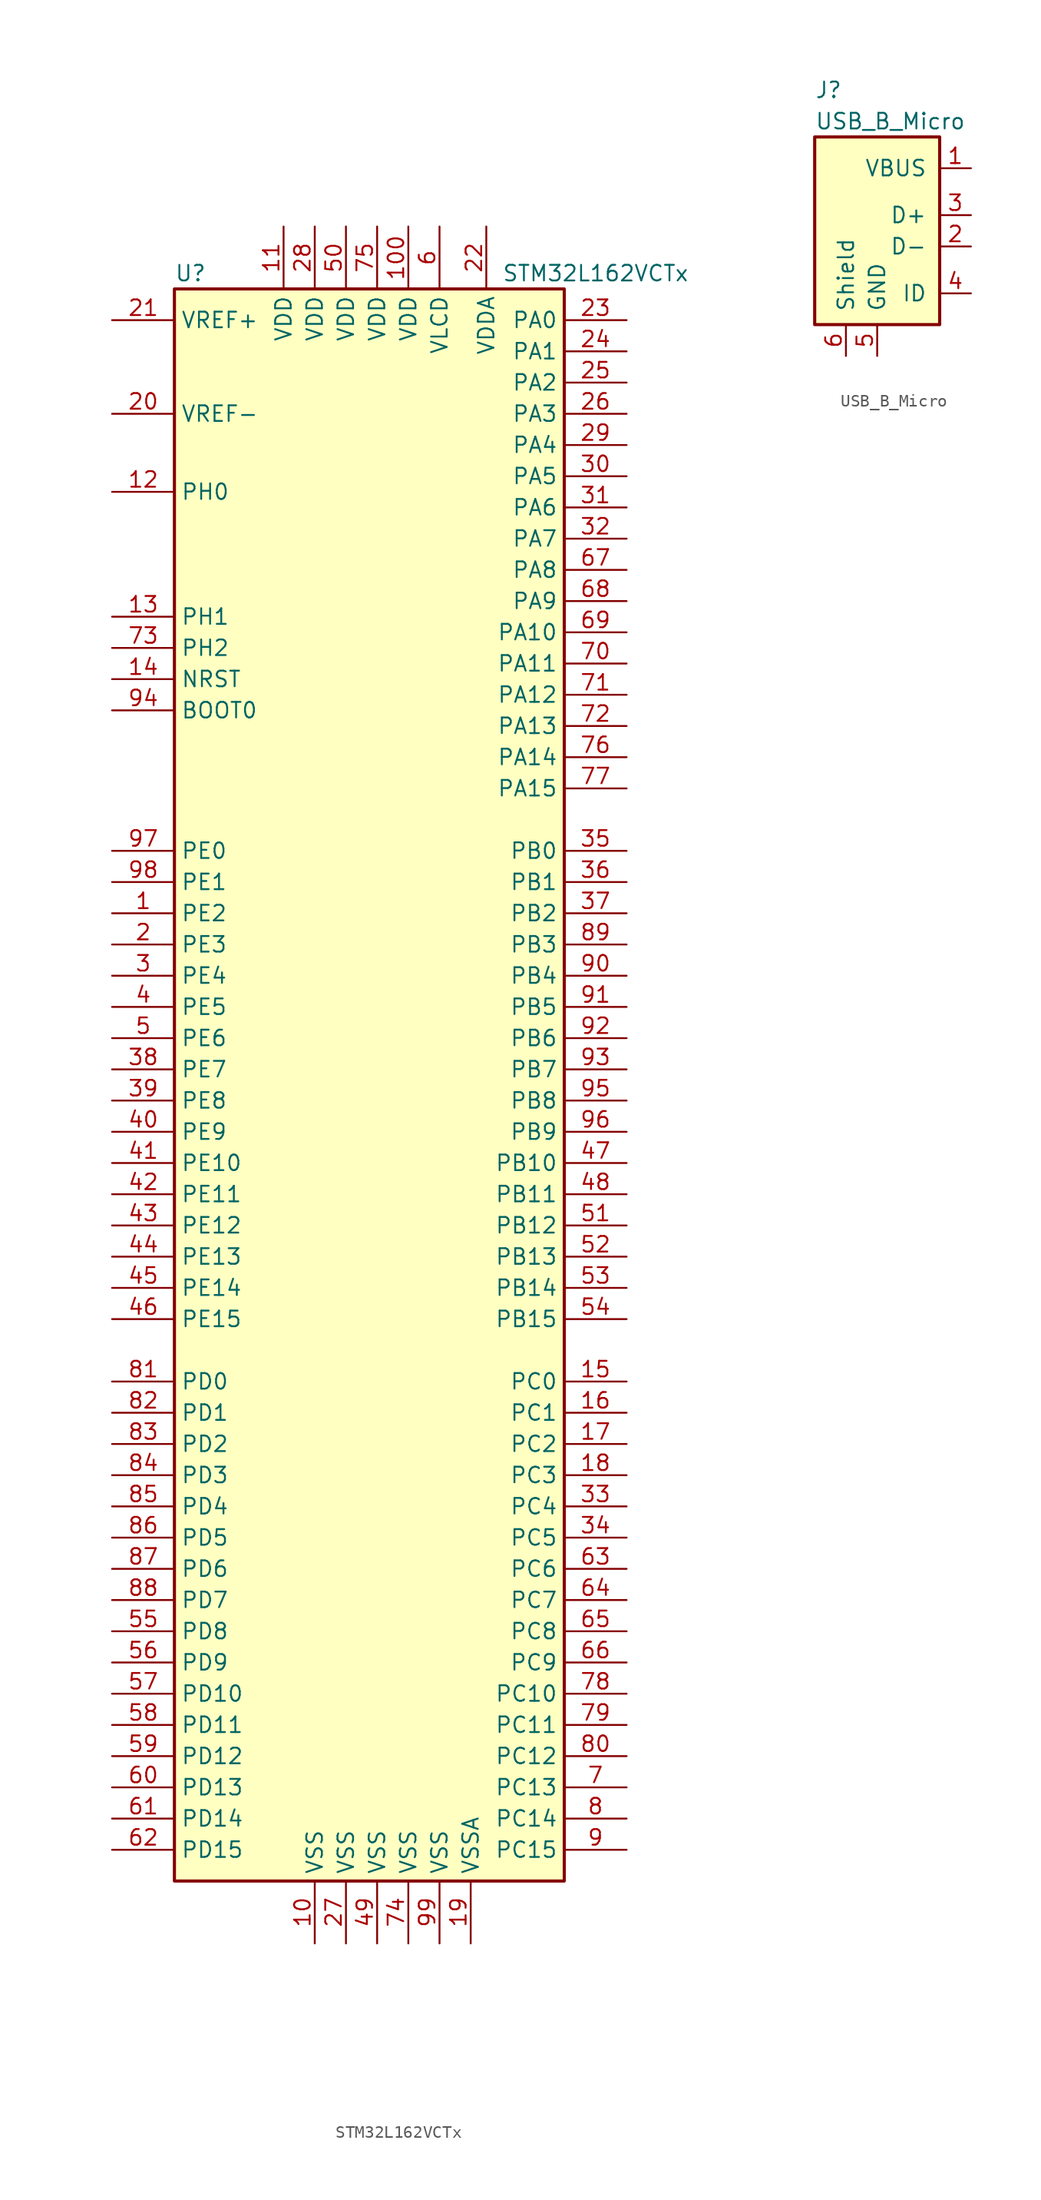
<source format=kicad_sym>
(kicad_symbol_lib
  (version 20220914)
  (generator kicad_symbol_editor)
  (symbol "STM32L162VCTx"
    (property "Reference" "U"
      (at -16.51 64.77 0)
      (effects (font (size 1.27 1.27)) (justify left)))
    (property "Value" "STM32L162VCTx"
      (at 10.16 64.77 0)
      (effects (font (size 1.27 1.27)) (justify left)))
    (symbol "STM32L162VCTx_0_1"
      (rectangle (start -16.51 63.5) (end 15.24 -66.04) (stroke (width 0.254) (type default)) (fill (type background))))
    (symbol "STM32L162VCTx_1_1"
      (pin bidirectional line (at -21.59 12.7 0) (length 5.08) (name "PE2" (effects (font (size 1.27 1.27)))) (number "1" (effects (font (size 1.27 1.27)))))
      (pin power_in line (at -5.08 -71.12 90) (length 5.08) (name "VSS" (effects (font (size 1.27 1.27)))) (number "10" (effects (font (size 1.27 1.27)))))
      (pin power_in line (at 2.54 68.58 270) (length 5.08) (name "VDD" (effects (font (size 1.27 1.27)))) (number "100" (effects (font (size 1.27 1.27)))))
      (pin power_in line (at -7.62 68.58 270) (length 5.08) (name "VDD" (effects (font (size 1.27 1.27)))) (number "11" (effects (font (size 1.27 1.27)))))
      (pin input line (at -21.59 46.99 0) (length 5.08) (name "PH0" (effects (font (size 1.27 1.27)))) (number "12" (effects (font (size 1.27 1.27)))))
      (pin input line (at -21.59 36.83 0) (length 5.08) (name "PH1" (effects (font (size 1.27 1.27)))) (number "13" (effects (font (size 1.27 1.27)))))
      (pin input line (at -21.59 31.75 0) (length 5.08) (name "NRST" (effects (font (size 1.27 1.27)))) (number "14" (effects (font (size 1.27 1.27)))))
      (pin bidirectional line (at 20.32 -25.4 180) (length 5.08) (name "PC0" (effects (font (size 1.27 1.27)))) (number "15" (effects (font (size 1.27 1.27)))))
      (pin bidirectional line (at 20.32 -27.94 180) (length 5.08) (name "PC1" (effects (font (size 1.27 1.27)))) (number "16" (effects (font (size 1.27 1.27)))))
      (pin bidirectional line (at 20.32 -30.48 180) (length 5.08) (name "PC2" (effects (font (size 1.27 1.27)))) (number "17" (effects (font (size 1.27 1.27)))))
      (pin bidirectional line (at 20.32 -33.02 180) (length 5.08) (name "PC3" (effects (font (size 1.27 1.27)))) (number "18" (effects (font (size 1.27 1.27)))))
      (pin power_in line (at 7.62 -71.12 90) (length 5.08) (name "VSSA" (effects (font (size 1.27 1.27)))) (number "19" (effects (font (size 1.27 1.27)))))
      (pin bidirectional line (at -21.59 10.16 0) (length 5.08) (name "PE3" (effects (font (size 1.27 1.27)))) (number "2" (effects (font (size 1.27 1.27)))))
      (pin power_in line (at -21.59 53.34 0) (length 5.08) (name "VREF-" (effects (font (size 1.27 1.27)))) (number "20" (effects (font (size 1.27 1.27)))))
      (pin power_in line (at -21.59 60.96 0) (length 5.08) (name "VREF+" (effects (font (size 1.27 1.27)))) (number "21" (effects (font (size 1.27 1.27)))))
      (pin power_in line (at 8.89 68.58 270) (length 5.08) (name "VDDA" (effects (font (size 1.27 1.27)))) (number "22" (effects (font (size 1.27 1.27)))))
      (pin bidirectional line (at 20.32 60.96 180) (length 5.08) (name "PA0" (effects (font (size 1.27 1.27)))) (number "23" (effects (font (size 1.27 1.27)))))
      (pin bidirectional line (at 20.32 58.42 180) (length 5.08) (name "PA1" (effects (font (size 1.27 1.27)))) (number "24" (effects (font (size 1.27 1.27)))))
      (pin bidirectional line (at 20.32 55.88 180) (length 5.08) (name "PA2" (effects (font (size 1.27 1.27)))) (number "25" (effects (font (size 1.27 1.27)))))
      (pin bidirectional line (at 20.32 53.34 180) (length 5.08) (name "PA3" (effects (font (size 1.27 1.27)))) (number "26" (effects (font (size 1.27 1.27)))))
      (pin power_in line (at -2.54 -71.12 90) (length 5.08) (name "VSS" (effects (font (size 1.27 1.27)))) (number "27" (effects (font (size 1.27 1.27)))))
      (pin power_in line (at -5.08 68.58 270) (length 5.08) (name "VDD" (effects (font (size 1.27 1.27)))) (number "28" (effects (font (size 1.27 1.27)))))
      (pin bidirectional line (at 20.32 50.8 180) (length 5.08) (name "PA4" (effects (font (size 1.27 1.27)))) (number "29" (effects (font (size 1.27 1.27)))))
      (pin bidirectional line (at -21.59 7.62 0) (length 5.08) (name "PE4" (effects (font (size 1.27 1.27)))) (number "3" (effects (font (size 1.27 1.27)))))
      (pin bidirectional line (at 20.32 48.26 180) (length 5.08) (name "PA5" (effects (font (size 1.27 1.27)))) (number "30" (effects (font (size 1.27 1.27)))))
      (pin bidirectional line (at 20.32 45.72 180) (length 5.08) (name "PA6" (effects (font (size 1.27 1.27)))) (number "31" (effects (font (size 1.27 1.27)))))
      (pin bidirectional line (at 20.32 43.18 180) (length 5.08) (name "PA7" (effects (font (size 1.27 1.27)))) (number "32" (effects (font (size 1.27 1.27)))))
      (pin bidirectional line (at 20.32 -35.56 180) (length 5.08) (name "PC4" (effects (font (size 1.27 1.27)))) (number "33" (effects (font (size 1.27 1.27)))))
      (pin bidirectional line (at 20.32 -38.1 180) (length 5.08) (name "PC5" (effects (font (size 1.27 1.27)))) (number "34" (effects (font (size 1.27 1.27)))))
      (pin bidirectional line (at 20.32 17.78 180) (length 5.08) (name "PB0" (effects (font (size 1.27 1.27)))) (number "35" (effects (font (size 1.27 1.27)))))
      (pin bidirectional line (at 20.32 15.24 180) (length 5.08) (name "PB1" (effects (font (size 1.27 1.27)))) (number "36" (effects (font (size 1.27 1.27)))))
      (pin bidirectional line (at 20.32 12.7 180) (length 5.08) (name "PB2" (effects (font (size 1.27 1.27)))) (number "37" (effects (font (size 1.27 1.27)))))
      (pin bidirectional line (at -21.59 0 0) (length 5.08) (name "PE7" (effects (font (size 1.27 1.27)))) (number "38" (effects (font (size 1.27 1.27)))))
      (pin bidirectional line (at -21.59 -2.54 0) (length 5.08) (name "PE8" (effects (font (size 1.27 1.27)))) (number "39" (effects (font (size 1.27 1.27)))))
      (pin bidirectional line (at -21.59 5.08 0) (length 5.08) (name "PE5" (effects (font (size 1.27 1.27)))) (number "4" (effects (font (size 1.27 1.27)))))
      (pin bidirectional line (at -21.59 -5.08 0) (length 5.08) (name "PE9" (effects (font (size 1.27 1.27)))) (number "40" (effects (font (size 1.27 1.27)))))
      (pin bidirectional line (at -21.59 -7.62 0) (length 5.08) (name "PE10" (effects (font (size 1.27 1.27)))) (number "41" (effects (font (size 1.27 1.27)))))
      (pin bidirectional line (at -21.59 -10.16 0) (length 5.08) (name "PE11" (effects (font (size 1.27 1.27)))) (number "42" (effects (font (size 1.27 1.27)))))
      (pin bidirectional line (at -21.59 -12.7 0) (length 5.08) (name "PE12" (effects (font (size 1.27 1.27)))) (number "43" (effects (font (size 1.27 1.27)))))
      (pin bidirectional line (at -21.59 -15.24 0) (length 5.08) (name "PE13" (effects (font (size 1.27 1.27)))) (number "44" (effects (font (size 1.27 1.27)))))
      (pin bidirectional line (at -21.59 -17.78 0) (length 5.08) (name "PE14" (effects (font (size 1.27 1.27)))) (number "45" (effects (font (size 1.27 1.27)))))
      (pin bidirectional line (at -21.59 -20.32 0) (length 5.08) (name "PE15" (effects (font (size 1.27 1.27)))) (number "46" (effects (font (size 1.27 1.27)))))
      (pin bidirectional line (at 20.32 -7.62 180) (length 5.08) (name "PB10" (effects (font (size 1.27 1.27)))) (number "47" (effects (font (size 1.27 1.27)))))
      (pin bidirectional line (at 20.32 -10.16 180) (length 5.08) (name "PB11" (effects (font (size 1.27 1.27)))) (number "48" (effects (font (size 1.27 1.27)))))
      (pin power_in line (at 0 -71.12 90) (length 5.08) (name "VSS" (effects (font (size 1.27 1.27)))) (number "49" (effects (font (size 1.27 1.27)))))
      (pin bidirectional line (at -21.59 2.54 0) (length 5.08) (name "PE6" (effects (font (size 1.27 1.27)))) (number "5" (effects (font (size 1.27 1.27)))))
      (pin power_in line (at -2.54 68.58 270) (length 5.08) (name "VDD" (effects (font (size 1.27 1.27)))) (number "50" (effects (font (size 1.27 1.27)))))
      (pin bidirectional line (at 20.32 -12.7 180) (length 5.08) (name "PB12" (effects (font (size 1.27 1.27)))) (number "51" (effects (font (size 1.27 1.27)))))
      (pin bidirectional line (at 20.32 -15.24 180) (length 5.08) (name "PB13" (effects (font (size 1.27 1.27)))) (number "52" (effects (font (size 1.27 1.27)))))
      (pin bidirectional line (at 20.32 -17.78 180) (length 5.08) (name "PB14" (effects (font (size 1.27 1.27)))) (number "53" (effects (font (size 1.27 1.27)))))
      (pin bidirectional line (at 20.32 -20.32 180) (length 5.08) (name "PB15" (effects (font (size 1.27 1.27)))) (number "54" (effects (font (size 1.27 1.27)))))
      (pin bidirectional line (at -21.59 -45.72 0) (length 5.08) (name "PD8" (effects (font (size 1.27 1.27)))) (number "55" (effects (font (size 1.27 1.27)))))
      (pin bidirectional line (at -21.59 -48.26 0) (length 5.08) (name "PD9" (effects (font (size 1.27 1.27)))) (number "56" (effects (font (size 1.27 1.27)))))
      (pin bidirectional line (at -21.59 -50.8 0) (length 5.08) (name "PD10" (effects (font (size 1.27 1.27)))) (number "57" (effects (font (size 1.27 1.27)))))
      (pin bidirectional line (at -21.59 -53.34 0) (length 5.08) (name "PD11" (effects (font (size 1.27 1.27)))) (number "58" (effects (font (size 1.27 1.27)))))
      (pin bidirectional line (at -21.59 -55.88 0) (length 5.08) (name "PD12" (effects (font (size 1.27 1.27)))) (number "59" (effects (font (size 1.27 1.27)))))
      (pin power_in line (at 5.08 68.58 270) (length 5.08) (name "VLCD" (effects (font (size 1.27 1.27)))) (number "6" (effects (font (size 1.27 1.27)))))
      (pin bidirectional line (at -21.59 -58.42 0) (length 5.08) (name "PD13" (effects (font (size 1.27 1.27)))) (number "60" (effects (font (size 1.27 1.27)))))
      (pin bidirectional line (at -21.59 -60.96 0) (length 5.08) (name "PD14" (effects (font (size 1.27 1.27)))) (number "61" (effects (font (size 1.27 1.27)))))
      (pin bidirectional line (at -21.59 -63.5 0) (length 5.08) (name "PD15" (effects (font (size 1.27 1.27)))) (number "62" (effects (font (size 1.27 1.27)))))
      (pin bidirectional line (at 20.32 -40.64 180) (length 5.08) (name "PC6" (effects (font (size 1.27 1.27)))) (number "63" (effects (font (size 1.27 1.27)))))
      (pin bidirectional line (at 20.32 -43.18 180) (length 5.08) (name "PC7" (effects (font (size 1.27 1.27)))) (number "64" (effects (font (size 1.27 1.27)))))
      (pin bidirectional line (at 20.32 -45.72 180) (length 5.08) (name "PC8" (effects (font (size 1.27 1.27)))) (number "65" (effects (font (size 1.27 1.27)))))
      (pin bidirectional line (at 20.32 -48.26 180) (length 5.08) (name "PC9" (effects (font (size 1.27 1.27)))) (number "66" (effects (font (size 1.27 1.27)))))
      (pin bidirectional line (at 20.32 40.64 180) (length 5.08) (name "PA8" (effects (font (size 1.27 1.27)))) (number "67" (effects (font (size 1.27 1.27)))))
      (pin bidirectional line (at 20.32 38.1 180) (length 5.08) (name "PA9" (effects (font (size 1.27 1.27)))) (number "68" (effects (font (size 1.27 1.27)))))
      (pin bidirectional line (at 20.32 35.56 180) (length 5.08) (name "PA10" (effects (font (size 1.27 1.27)))) (number "69" (effects (font (size 1.27 1.27)))))
      (pin bidirectional line (at 20.32 -58.42 180) (length 5.08) (name "PC13" (effects (font (size 1.27 1.27)))) (number "7" (effects (font (size 1.27 1.27)))))
      (pin bidirectional line (at 20.32 33.02 180) (length 5.08) (name "PA11" (effects (font (size 1.27 1.27)))) (number "70" (effects (font (size 1.27 1.27)))))
      (pin bidirectional line (at 20.32 30.48 180) (length 5.08) (name "PA12" (effects (font (size 1.27 1.27)))) (number "71" (effects (font (size 1.27 1.27)))))
      (pin bidirectional line (at 20.32 27.94 180) (length 5.08) (name "PA13" (effects (font (size 1.27 1.27)))) (number "72" (effects (font (size 1.27 1.27)))))
      (pin bidirectional line (at -21.59 34.29 0) (length 5.08) (name "PH2" (effects (font (size 1.27 1.27)))) (number "73" (effects (font (size 1.27 1.27)))))
      (pin power_in line (at 2.54 -71.12 90) (length 5.08) (name "VSS" (effects (font (size 1.27 1.27)))) (number "74" (effects (font (size 1.27 1.27)))))
      (pin power_in line (at 0 68.58 270) (length 5.08) (name "VDD" (effects (font (size 1.27 1.27)))) (number "75" (effects (font (size 1.27 1.27)))))
      (pin bidirectional line (at 20.32 25.4 180) (length 5.08) (name "PA14" (effects (font (size 1.27 1.27)))) (number "76" (effects (font (size 1.27 1.27)))))
      (pin bidirectional line (at 20.32 22.86 180) (length 5.08) (name "PA15" (effects (font (size 1.27 1.27)))) (number "77" (effects (font (size 1.27 1.27)))))
      (pin bidirectional line (at 20.32 -50.8 180) (length 5.08) (name "PC10" (effects (font (size 1.27 1.27)))) (number "78" (effects (font (size 1.27 1.27)))))
      (pin bidirectional line (at 20.32 -53.34 180) (length 5.08) (name "PC11" (effects (font (size 1.27 1.27)))) (number "79" (effects (font (size 1.27 1.27)))))
      (pin bidirectional line (at 20.32 -60.96 180) (length 5.08) (name "PC14" (effects (font (size 1.27 1.27)))) (number "8" (effects (font (size 1.27 1.27)))))
      (pin bidirectional line (at 20.32 -55.88 180) (length 5.08) (name "PC12" (effects (font (size 1.27 1.27)))) (number "80" (effects (font (size 1.27 1.27)))))
      (pin bidirectional line (at -21.59 -25.4 0) (length 5.08) (name "PD0" (effects (font (size 1.27 1.27)))) (number "81" (effects (font (size 1.27 1.27)))))
      (pin bidirectional line (at -21.59 -27.94 0) (length 5.08) (name "PD1" (effects (font (size 1.27 1.27)))) (number "82" (effects (font (size 1.27 1.27)))))
      (pin bidirectional line (at -21.59 -30.48 0) (length 5.08) (name "PD2" (effects (font (size 1.27 1.27)))) (number "83" (effects (font (size 1.27 1.27)))))
      (pin bidirectional line (at -21.59 -33.02 0) (length 5.08) (name "PD3" (effects (font (size 1.27 1.27)))) (number "84" (effects (font (size 1.27 1.27)))))
      (pin bidirectional line (at -21.59 -35.56 0) (length 5.08) (name "PD4" (effects (font (size 1.27 1.27)))) (number "85" (effects (font (size 1.27 1.27)))))
      (pin bidirectional line (at -21.59 -38.1 0) (length 5.08) (name "PD5" (effects (font (size 1.27 1.27)))) (number "86" (effects (font (size 1.27 1.27)))))
      (pin bidirectional line (at -21.59 -40.64 0) (length 5.08) (name "PD6" (effects (font (size 1.27 1.27)))) (number "87" (effects (font (size 1.27 1.27)))))
      (pin bidirectional line (at -21.59 -43.18 0) (length 5.08) (name "PD7" (effects (font (size 1.27 1.27)))) (number "88" (effects (font (size 1.27 1.27)))))
      (pin bidirectional line (at 20.32 10.16 180) (length 5.08) (name "PB3" (effects (font (size 1.27 1.27)))) (number "89" (effects (font (size 1.27 1.27)))))
      (pin bidirectional line (at 20.32 -63.5 180) (length 5.08) (name "PC15" (effects (font (size 1.27 1.27)))) (number "9" (effects (font (size 1.27 1.27)))))
      (pin bidirectional line (at 20.32 7.62 180) (length 5.08) (name "PB4" (effects (font (size 1.27 1.27)))) (number "90" (effects (font (size 1.27 1.27)))))
      (pin bidirectional line (at 20.32 5.08 180) (length 5.08) (name "PB5" (effects (font (size 1.27 1.27)))) (number "91" (effects (font (size 1.27 1.27)))))
      (pin bidirectional line (at 20.32 2.54 180) (length 5.08) (name "PB6" (effects (font (size 1.27 1.27)))) (number "92" (effects (font (size 1.27 1.27)))))
      (pin bidirectional line (at 20.32 0 180) (length 5.08) (name "PB7" (effects (font (size 1.27 1.27)))) (number "93" (effects (font (size 1.27 1.27)))))
      (pin input line (at -21.59 29.21 0) (length 5.08) (name "BOOT0" (effects (font (size 1.27 1.27)))) (number "94" (effects (font (size 1.27 1.27)))))
      (pin bidirectional line (at 20.32 -2.54 180) (length 5.08) (name "PB8" (effects (font (size 1.27 1.27)))) (number "95" (effects (font (size 1.27 1.27)))))
      (pin bidirectional line (at 20.32 -5.08 180) (length 5.08) (name "PB9" (effects (font (size 1.27 1.27)))) (number "96" (effects (font (size 1.27 1.27)))))
      (pin bidirectional line (at -21.59 17.78 0) (length 5.08) (name "PE0" (effects (font (size 1.27 1.27)))) (number "97" (effects (font (size 1.27 1.27)))))
      (pin bidirectional line (at -21.59 15.24 0) (length 5.08) (name "PE1" (effects (font (size 1.27 1.27)))) (number "98" (effects (font (size 1.27 1.27)))))
      (pin power_in line (at 5.08 -71.12 90) (length 5.08) (name "VSS" (effects (font (size 1.27 1.27)))) (number "99" (effects (font (size 1.27 1.27)))))))
  (symbol "USB_B_Micro"
    (pin_names
      (offset 1.016))
    (property "Reference" "J"
      (at -5.08 11.43 0)
      (effects (font (size 1.27 1.27)) (justify left)))
    (property "Value" "USB_B_Micro"
      (at -5.08 8.89 0)
      (effects (font (size 1.27 1.27)) (justify left)))
    (symbol "USB_B_Micro_0_1"
      (rectangle (start -5.08 -7.62) (end 5.08 7.62) (stroke (width 0.254) (type default)) (fill (type background))))
    (symbol "USB_B_Micro_1_1"
      (pin power_out line (at 7.62 5.08 180) (length 2.54) (name "VBUS" (effects (font (size 1.27 1.27)))) (number "1" (effects (font (size 1.27 1.27)))))
      (pin bidirectional line (at 7.62 -1.27 180) (length 2.54) (name "D-" (effects (font (size 1.27 1.27)))) (number "2" (effects (font (size 1.27 1.27)))))
      (pin bidirectional line (at 7.62 1.27 180) (length 2.54) (name "D+" (effects (font (size 1.27 1.27)))) (number "3" (effects (font (size 1.27 1.27)))))
      (pin passive line (at 7.62 -5.08 180) (length 2.54) (name "ID" (effects (font (size 1.27 1.27)))) (number "4" (effects (font (size 1.27 1.27)))))
      (pin power_out line (at 0 -10.16 90) (length 2.54) (name "GND" (effects (font (size 1.27 1.27)))) (number "5" (effects (font (size 1.27 1.27)))))
      (pin passive line (at -2.54 -10.16 90) (length 2.54) (name "Shield" (effects (font (size 1.27 1.27)))) (number "6" (effects (font (size 1.27 1.27))))))))
</source>
